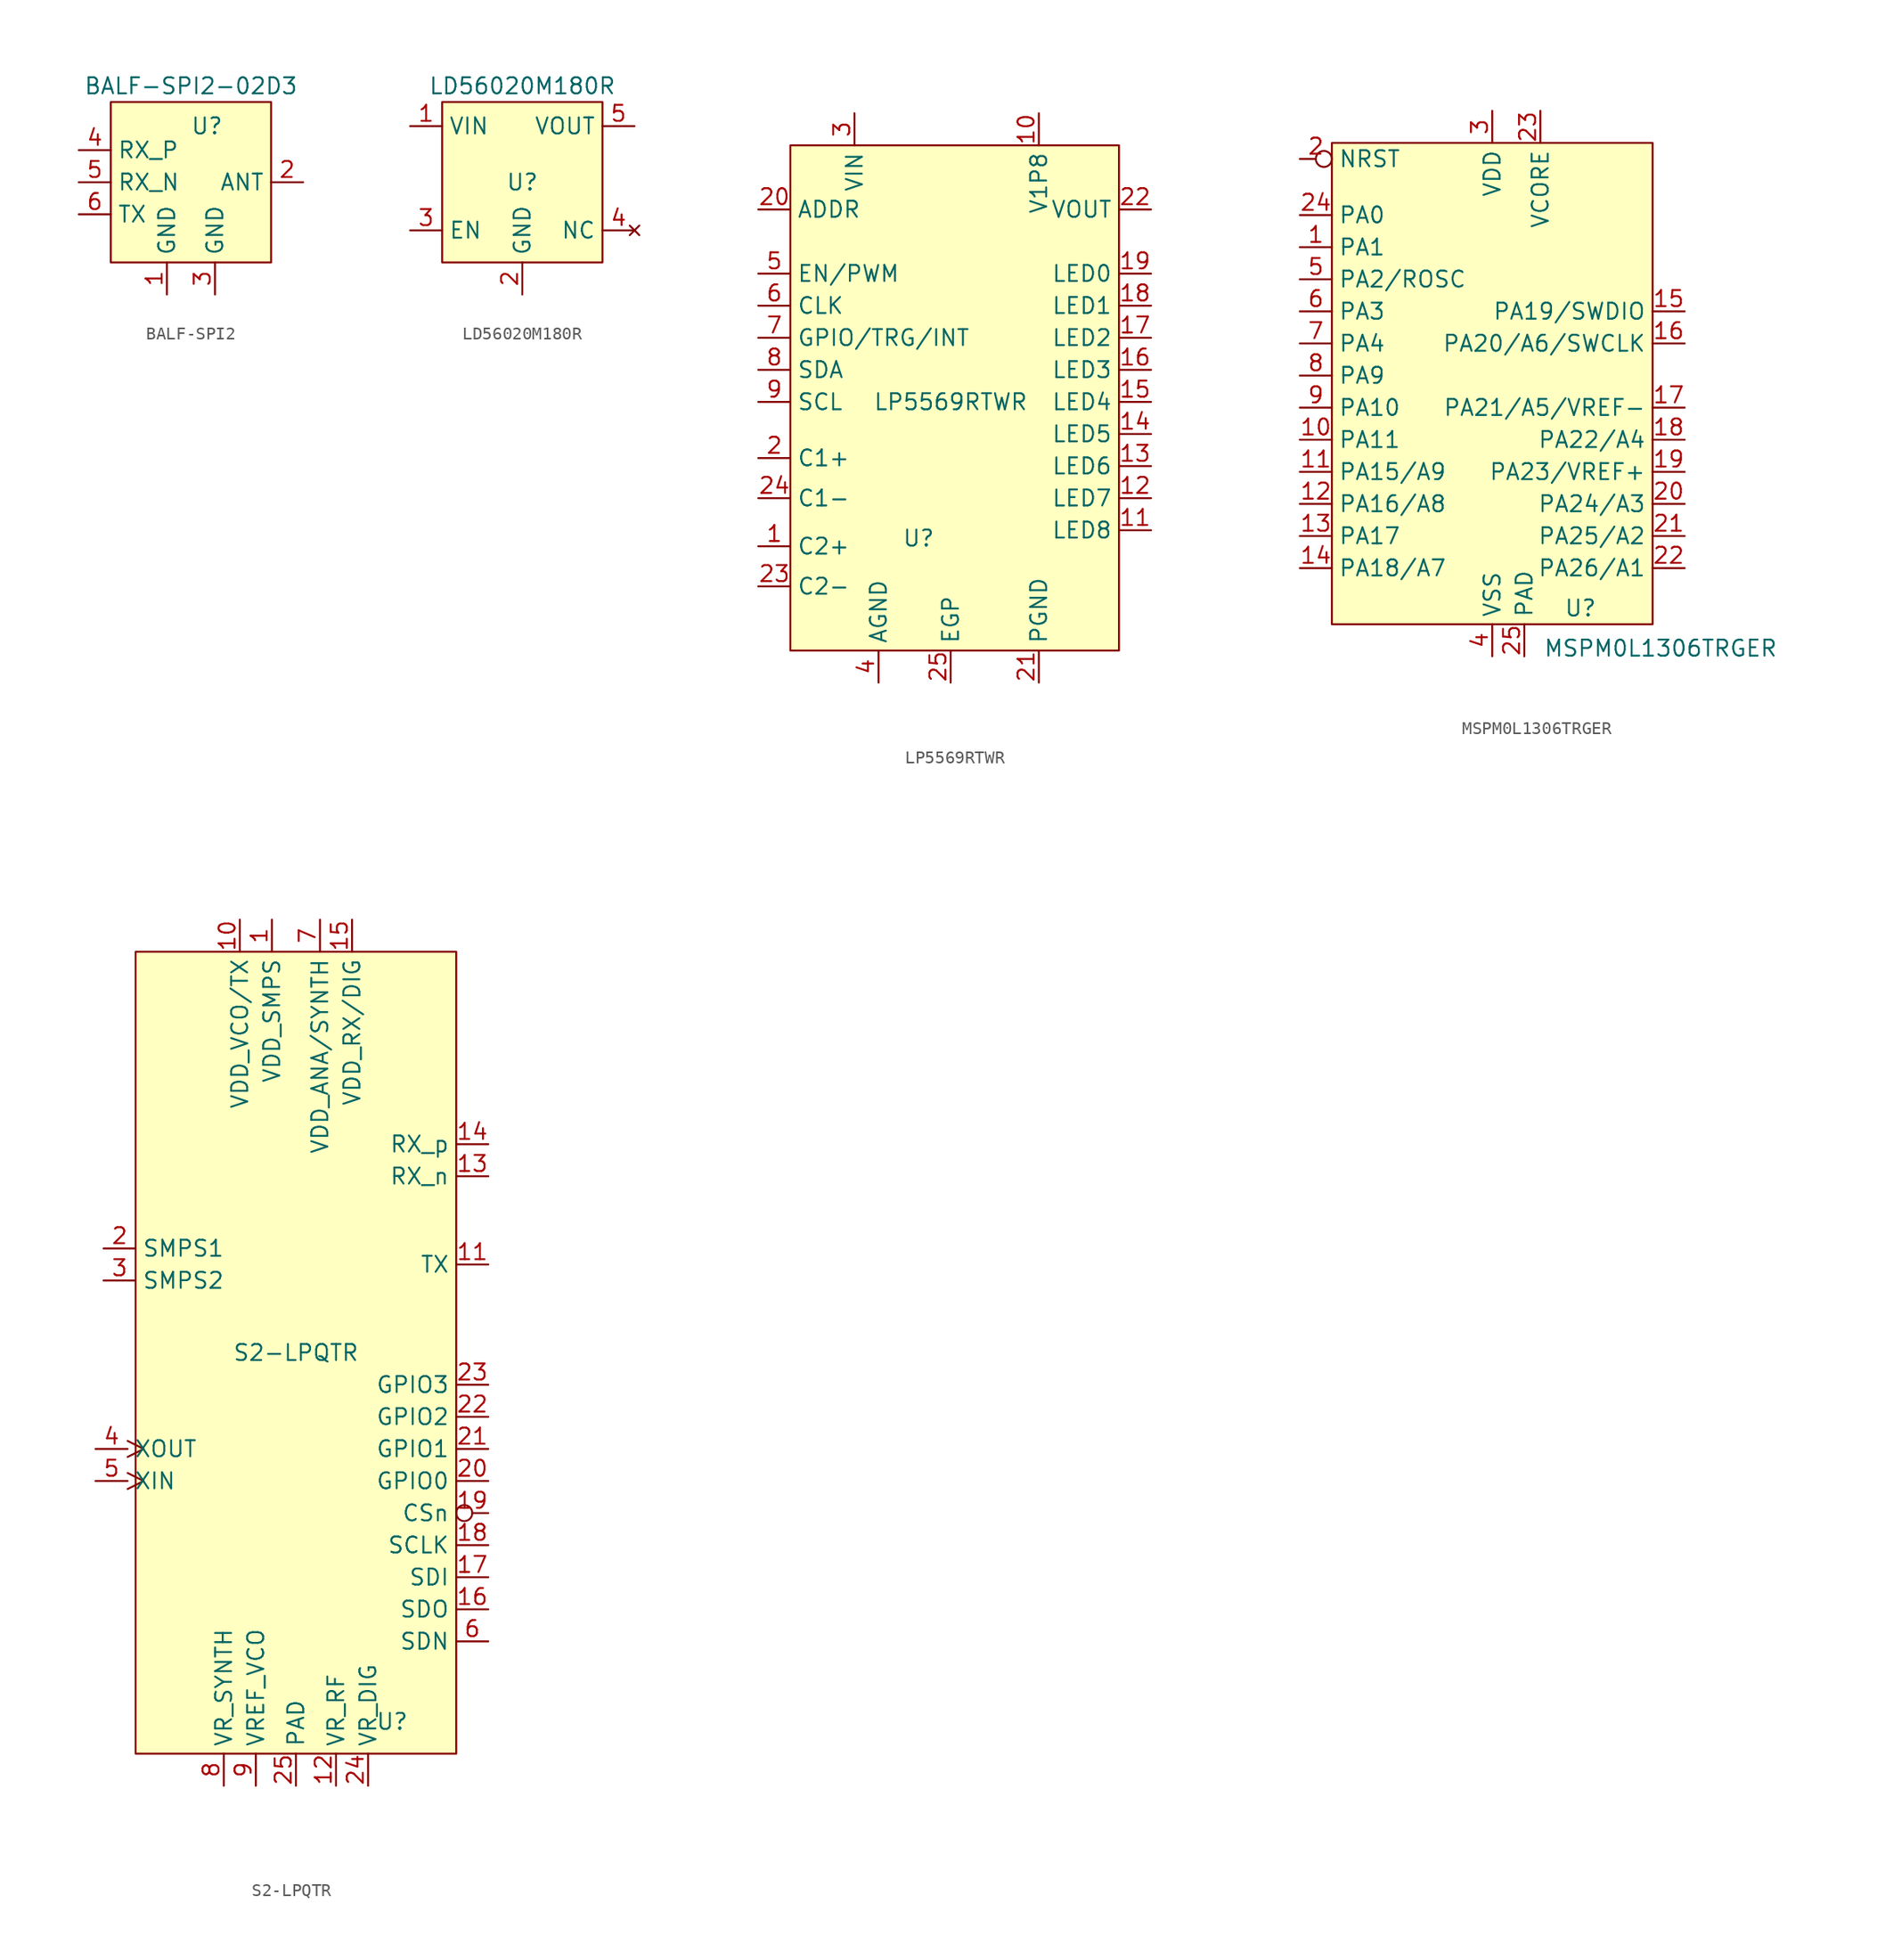
<source format=kicad_sym>
(kicad_symbol_lib
  (version 20220914)
  (generator kicad_symbol_editor)
  (symbol "BALF-SPI2"
    (property "Reference" "U"
      (at 1.27 4.445 0)
      (effects (font (size 1.27 1.27))))
    (property "Value" "BALF-SPI2-02D3"
      (at 0 7.62 0)
      (effects (font (size 1.27 1.27))))
    (symbol "BALF-SPI2_0_0"
      (pin unspecified line (at -1.905 -8.89 90) (length 2.54) (name "GND" (effects (font (size 1.27 1.27)))) (number "1" (effects (font (size 1.27 1.27)))))
      (pin unspecified line (at 8.89 0 180) (length 2.54) (name "ANT" (effects (font (size 1.27 1.27)))) (number "2" (effects (font (size 1.27 1.27)))))
      (pin unspecified line (at 1.905 -8.89 90) (length 2.54) (name "GND" (effects (font (size 1.27 1.27)))) (number "3" (effects (font (size 1.27 1.27)))))
      (pin unspecified line (at -8.89 2.54 0) (length 2.54) (name "RX_P" (effects (font (size 1.27 1.27)))) (number "4" (effects (font (size 1.27 1.27)))))
      (pin unspecified line (at -8.89 0 0) (length 2.54) (name "RX_N" (effects (font (size 1.27 1.27)))) (number "5" (effects (font (size 1.27 1.27)))))
      (pin unspecified line (at -8.89 -2.54 0) (length 2.54) (name "TX" (effects (font (size 1.27 1.27)))) (number "6" (effects (font (size 1.27 1.27))))))
    (symbol "BALF-SPI2_1_1"
      (rectangle (start -6.35 6.35) (end 6.35 -6.35) (stroke (width 0) (type default)) (fill (type background)))))
  (symbol "LD56020M180R"
    (property "Reference" "U"
      (at 0 0 0)
      (effects (font (size 1.27 1.27))))
    (property "Value" "LD56020M180R"
      (at 0 7.62 0)
      (effects (font (size 1.27 1.27))))
    (symbol "LD56020M180R_0_0"
      (pin power_in line (at -8.89 4.445 0) (length 2.54) (name "VIN" (effects (font (size 1.27 1.27)))) (number "1" (effects (font (size 1.27 1.27)))))
      (pin power_in line (at 0 -8.89 90) (length 2.54) (name "GND" (effects (font (size 1.27 1.27)))) (number "2" (effects (font (size 1.27 1.27)))))
      (pin input line (at -8.89 -3.81 0) (length 2.54) (name "EN" (effects (font (size 1.27 1.27)))) (number "3" (effects (font (size 1.27 1.27)))))
      (pin no_connect line (at 8.89 -3.81 180) (length 2.54) (name "NC" (effects (font (size 1.27 1.27)))) (number "4" (effects (font (size 1.27 1.27)))))
      (pin power_out line (at 8.89 4.445 180) (length 2.54) (name "VOUT" (effects (font (size 1.27 1.27)))) (number "5" (effects (font (size 1.27 1.27))))))
    (symbol "LD56020M180R_1_1"
      (rectangle (start -6.35 6.35) (end 6.35 -6.35) (stroke (width 0) (type default)) (fill (type background)))))
  (symbol "LP5569RTWR"
    (property "Reference" "U"
      (at -2.54 -10.795 0)
      (effects (font (size 1.27 1.27))))
    (property "Value" "LP5569RTWR"
      (at 0 0 0)
      (effects (font (size 1.27 1.27))))
    (symbol "LP5569RTWR_0_0"
      (pin unspecified line (at -15.24 -11.43 0) (length 2.54) (name "C2+" (effects (font (size 1.27 1.27)))) (number "1" (effects (font (size 1.27 1.27)))))
      (pin power_in line (at 6.985 22.86 270) (length 2.54) (name "V1P8" (effects (font (size 1.27 1.27)))) (number "10" (effects (font (size 1.27 1.27)))))
      (pin output line (at 15.875 -10.16 180) (length 2.54) (name "LED8" (effects (font (size 1.27 1.27)))) (number "11" (effects (font (size 1.27 1.27)))))
      (pin output line (at 15.875 -7.62 180) (length 2.54) (name "LED7" (effects (font (size 1.27 1.27)))) (number "12" (effects (font (size 1.27 1.27)))))
      (pin output line (at 15.875 -5.08 180) (length 2.54) (name "LED6" (effects (font (size 1.27 1.27)))) (number "13" (effects (font (size 1.27 1.27)))))
      (pin output line (at 15.875 -2.54 180) (length 2.54) (name "LED5" (effects (font (size 1.27 1.27)))) (number "14" (effects (font (size 1.27 1.27)))))
      (pin output line (at 15.875 0 180) (length 2.54) (name "LED4" (effects (font (size 1.27 1.27)))) (number "15" (effects (font (size 1.27 1.27)))))
      (pin output line (at 15.875 2.54 180) (length 2.54) (name "LED3" (effects (font (size 1.27 1.27)))) (number "16" (effects (font (size 1.27 1.27)))))
      (pin output line (at 15.875 5.08 180) (length 2.54) (name "LED2" (effects (font (size 1.27 1.27)))) (number "17" (effects (font (size 1.27 1.27)))))
      (pin output line (at 15.875 7.62 180) (length 2.54) (name "LED1" (effects (font (size 1.27 1.27)))) (number "18" (effects (font (size 1.27 1.27)))))
      (pin output line (at 15.875 10.16 180) (length 2.54) (name "LED0" (effects (font (size 1.27 1.27)))) (number "19" (effects (font (size 1.27 1.27)))))
      (pin unspecified line (at -15.24 -4.445 0) (length 2.54) (name "C1+" (effects (font (size 1.27 1.27)))) (number "2" (effects (font (size 1.27 1.27)))))
      (pin bidirectional line (at -15.24 15.24 0) (length 2.54) (name "ADDR" (effects (font (size 1.27 1.27)))) (number "20" (effects (font (size 1.27 1.27)))))
      (pin bidirectional line (at 6.985 -22.225 90) (length 2.54) (name "PGND" (effects (font (size 1.27 1.27)))) (number "21" (effects (font (size 1.27 1.27)))))
      (pin bidirectional line (at 15.875 15.24 180) (length 2.54) (name "VOUT" (effects (font (size 1.27 1.27)))) (number "22" (effects (font (size 1.27 1.27)))))
      (pin bidirectional line (at -15.24 -14.605 0) (length 2.54) (name "C2-" (effects (font (size 1.27 1.27)))) (number "23" (effects (font (size 1.27 1.27)))))
      (pin bidirectional line (at -15.24 -7.62 0) (length 2.54) (name "C1-" (effects (font (size 1.27 1.27)))) (number "24" (effects (font (size 1.27 1.27)))))
      (pin unspecified line (at 0 -22.225 90) (length 2.54) (name "EGP" (effects (font (size 1.27 1.27)))) (number "25" (effects (font (size 1.27 1.27)))))
      (pin power_in line (at -7.62 22.86 270) (length 2.54) (name "VIN" (effects (font (size 1.27 1.27)))) (number "3" (effects (font (size 1.27 1.27)))))
      (pin power_in line (at -5.715 -22.225 90) (length 2.54) (name "AGND" (effects (font (size 1.27 1.27)))) (number "4" (effects (font (size 1.27 1.27)))))
      (pin bidirectional line (at -15.24 10.16 0) (length 2.54) (name "EN/PWM" (effects (font (size 1.27 1.27)))) (number "5" (effects (font (size 1.27 1.27)))))
      (pin bidirectional line (at -15.24 7.62 0) (length 2.54) (name "CLK" (effects (font (size 1.27 1.27)))) (number "6" (effects (font (size 1.27 1.27)))))
      (pin bidirectional line (at -15.24 5.08 0) (length 2.54) (name "GPIO/TRG/INT" (effects (font (size 1.27 1.27)))) (number "7" (effects (font (size 1.27 1.27)))))
      (pin bidirectional line (at -15.24 2.54 0) (length 2.54) (name "SDA" (effects (font (size 1.27 1.27)))) (number "8" (effects (font (size 1.27 1.27)))))
      (pin bidirectional line (at -15.24 0 0) (length 2.54) (name "SCL" (effects (font (size 1.27 1.27)))) (number "9" (effects (font (size 1.27 1.27))))))
    (symbol "LP5569RTWR_1_1"
      (rectangle (start -12.7 20.32) (end 13.335 -19.685) (stroke (width 0) (type default)) (fill (type background)))))
  (symbol "MSPM0L1306TRGER"
    (property "Reference" "U"
      (at 6.985 -17.78 0)
      (effects (font (size 1.27 1.27))))
    (property "Value" "MSPM0L1306TRGER"
      (at 13.335 -20.955 0)
      (effects (font (size 1.27 1.27))))
    (symbol "MSPM0L1306TRGER_0_0"
      (pin bidirectional line (at -15.24 10.795 0) (length 2.54) (name "PA1" (effects (font (size 1.27 1.27)))) (number "1" (effects (font (size 1.27 1.27)))))
      (pin bidirectional line (at -15.24 -4.445 0) (length 2.54) (name "PA11" (effects (font (size 1.27 1.27)))) (number "10" (effects (font (size 1.27 1.27)))))
      (pin bidirectional line (at -15.24 -6.985 0) (length 2.54) (name "PA15/A9" (effects (font (size 1.27 1.27)))) (number "11" (effects (font (size 1.27 1.27)))))
      (pin bidirectional line (at -15.24 -9.525 0) (length 2.54) (name "PA16/A8" (effects (font (size 1.27 1.27)))) (number "12" (effects (font (size 1.27 1.27)))))
      (pin bidirectional line (at -15.24 -12.065 0) (length 2.54) (name "PA17" (effects (font (size 1.27 1.27)))) (number "13" (effects (font (size 1.27 1.27)))))
      (pin bidirectional line (at -15.24 -14.605 0) (length 2.54) (name "PA18/A7" (effects (font (size 1.27 1.27)))) (number "14" (effects (font (size 1.27 1.27)))))
      (pin bidirectional line (at 15.24 5.715 180) (length 2.54) (name "PA19/SWDIO" (effects (font (size 1.27 1.27)))) (number "15" (effects (font (size 1.27 1.27)))))
      (pin bidirectional line (at 15.24 3.175 180) (length 2.54) (name "PA20/A6/SWCLK" (effects (font (size 1.27 1.27)))) (number "16" (effects (font (size 1.27 1.27)))))
      (pin bidirectional line (at 15.24 -1.905 180) (length 2.54) (name "PA21/A5/VREF-" (effects (font (size 1.27 1.27)))) (number "17" (effects (font (size 1.27 1.27)))))
      (pin bidirectional line (at 15.24 -4.445 180) (length 2.54) (name "PA22/A4" (effects (font (size 1.27 1.27)))) (number "18" (effects (font (size 1.27 1.27)))))
      (pin bidirectional line (at 15.24 -6.985 180) (length 2.54) (name "PA23/VREF+" (effects (font (size 1.27 1.27)))) (number "19" (effects (font (size 1.27 1.27)))))
      (pin input inverted (at -15.24 17.78 0) (length 2.54) (name "NRST" (effects (font (size 1.27 1.27)))) (number "2" (effects (font (size 1.27 1.27)))))
      (pin bidirectional line (at 15.24 -9.525 180) (length 2.54) (name "PA24/A3" (effects (font (size 1.27 1.27)))) (number "20" (effects (font (size 1.27 1.27)))))
      (pin bidirectional line (at 15.24 -12.065 180) (length 2.54) (name "PA25/A2" (effects (font (size 1.27 1.27)))) (number "21" (effects (font (size 1.27 1.27)))))
      (pin bidirectional line (at 15.24 -14.605 180) (length 2.54) (name "PA26/A1" (effects (font (size 1.27 1.27)))) (number "22" (effects (font (size 1.27 1.27)))))
      (pin power_in line (at 3.81 21.59 270) (length 2.54) (name "VCORE" (effects (font (size 1.27 1.27)))) (number "23" (effects (font (size 1.27 1.27)))))
      (pin power_in line (at 0 21.59 270) (length 2.54) (name "VDD" (effects (font (size 1.27 1.27)))) (number "3" (effects (font (size 1.27 1.27)))))
      (pin power_in line (at 0 -21.59 90) (length 2.54) (name "VSS" (effects (font (size 1.27 1.27)))) (number "4" (effects (font (size 1.27 1.27)))))
      (pin bidirectional line (at -15.24 8.255 0) (length 2.54) (name "PA2/ROSC" (effects (font (size 1.27 1.27)))) (number "5" (effects (font (size 1.27 1.27)))))
      (pin bidirectional line (at -15.24 5.715 0) (length 2.54) (name "PA3" (effects (font (size 1.27 1.27)))) (number "6" (effects (font (size 1.27 1.27)))))
      (pin bidirectional line (at -15.24 3.175 0) (length 2.54) (name "PA4" (effects (font (size 1.27 1.27)))) (number "7" (effects (font (size 1.27 1.27)))))
      (pin bidirectional line (at -15.24 0.635 0) (length 2.54) (name "PA9" (effects (font (size 1.27 1.27)))) (number "8" (effects (font (size 1.27 1.27)))))
      (pin bidirectional line (at -15.24 -1.905 0) (length 2.54) (name "PA10" (effects (font (size 1.27 1.27)))) (number "9" (effects (font (size 1.27 1.27))))))
    (symbol "MSPM0L1306TRGER_1_0"
      (pin bidirectional line (at -15.24 13.335 0) (length 2.54) (name "PA0" (effects (font (size 1.27 1.27)))) (number "24" (effects (font (size 1.27 1.27)))))
      (pin unspecified line (at 2.54 -21.59 90) (length 2.54) (name "PAD" (effects (font (size 1.27 1.27)))) (number "25" (effects (font (size 1.27 1.27))))))
    (symbol "MSPM0L1306TRGER_1_1"
      (rectangle (start -12.7 19.05) (end 12.7 -19.05) (stroke (width 0) (type default)) (fill (type background)))))
  (symbol "S2-LPQTR"
    (property "Reference" "U"
      (at 7.62 -29.21 0)
      (effects (font (size 1.27 1.27))))
    (property "Value" "S2-LPQTR"
      (at 0 0 0)
      (effects (font (size 1.27 1.27))))
    (symbol "S2-LPQTR_0_0"
      (pin power_in line (at -1.905 34.29 270) (length 2.54) (name "VDD_SMPS" (effects (font (size 1.27 1.27)))) (number "1" (effects (font (size 1.27 1.27)))))
      (pin power_in line (at -4.445 34.29 270) (length 2.54) (name "VDD_VCO/TX" (effects (font (size 1.27 1.27)))) (number "10" (effects (font (size 1.27 1.27)))))
      (pin output line (at 15.24 6.985 180) (length 2.54) (name "TX" (effects (font (size 1.27 1.27)))) (number "11" (effects (font (size 1.27 1.27)))))
      (pin bidirectional line (at 3.175 -34.29 90) (length 2.54) (name "VR_RF" (effects (font (size 1.27 1.27)))) (number "12" (effects (font (size 1.27 1.27)))))
      (pin bidirectional line (at 15.24 13.97 180) (length 2.54) (name "RX_n" (effects (font (size 1.27 1.27)))) (number "13" (effects (font (size 1.27 1.27)))))
      (pin bidirectional line (at 15.24 16.51 180) (length 2.54) (name "RX_p" (effects (font (size 1.27 1.27)))) (number "14" (effects (font (size 1.27 1.27)))))
      (pin power_in line (at 4.445 34.29 270) (length 2.54) (name "VDD_RX/DIG" (effects (font (size 1.27 1.27)))) (number "15" (effects (font (size 1.27 1.27)))))
      (pin bidirectional line (at 15.24 -20.32 180) (length 2.54) (name "SDO" (effects (font (size 1.27 1.27)))) (number "16" (effects (font (size 1.27 1.27)))))
      (pin bidirectional line (at 15.24 -17.78 180) (length 2.54) (name "SDI" (effects (font (size 1.27 1.27)))) (number "17" (effects (font (size 1.27 1.27)))))
      (pin bidirectional line (at 15.24 -15.24 180) (length 2.54) (name "SCLK" (effects (font (size 1.27 1.27)))) (number "18" (effects (font (size 1.27 1.27)))))
      (pin bidirectional inverted (at 15.24 -12.7 180) (length 2.54) (name "CSn" (effects (font (size 1.27 1.27)))) (number "19" (effects (font (size 1.27 1.27)))))
      (pin power_out line (at -15.24 8.255 0) (length 2.54) (name "SMPS1" (effects (font (size 1.27 1.27)))) (number "2" (effects (font (size 1.27 1.27)))))
      (pin bidirectional line (at 15.24 -10.16 180) (length 2.54) (name "GPIO0" (effects (font (size 1.27 1.27)))) (number "20" (effects (font (size 1.27 1.27)))))
      (pin bidirectional line (at 15.24 -7.62 180) (length 2.54) (name "GPIO1" (effects (font (size 1.27 1.27)))) (number "21" (effects (font (size 1.27 1.27)))))
      (pin bidirectional line (at 15.24 -5.08 180) (length 2.54) (name "GPIO2" (effects (font (size 1.27 1.27)))) (number "22" (effects (font (size 1.27 1.27)))))
      (pin bidirectional line (at 15.24 -2.54 180) (length 2.54) (name "GPIO3" (effects (font (size 1.27 1.27)))) (number "23" (effects (font (size 1.27 1.27)))))
      (pin bidirectional line (at 5.715 -34.29 90) (length 2.54) (name "VR_DIG" (effects (font (size 1.27 1.27)))) (number "24" (effects (font (size 1.27 1.27)))))
      (pin unspecified line (at 0 -34.29 90) (length 2.54) (name "PAD" (effects (font (size 1.27 1.27)))) (number "25" (effects (font (size 1.27 1.27)))))
      (pin power_in line (at -15.24 5.715 0) (length 2.54) (name "SMPS2" (effects (font (size 1.27 1.27)))) (number "3" (effects (font (size 1.27 1.27)))))
      (pin output clock (at -15.875 -7.62 0) (length 2.54) (name "XOUT" (effects (font (size 1.27 1.27)))) (number "4" (effects (font (size 1.27 1.27)))))
      (pin input clock (at -15.875 -10.16 0) (length 2.54) (name "XIN" (effects (font (size 1.27 1.27)))) (number "5" (effects (font (size 1.27 1.27)))))
      (pin input line (at 15.24 -22.86 180) (length 2.54) (name "SDN" (effects (font (size 1.27 1.27)))) (number "6" (effects (font (size 1.27 1.27)))))
      (pin power_in line (at 1.905 34.29 270) (length 2.54) (name "VDD_ANA/SYNTH" (effects (font (size 1.27 1.27)))) (number "7" (effects (font (size 1.27 1.27)))))
      (pin bidirectional line (at -5.715 -34.29 90) (length 2.54) (name "VR_SYNTH" (effects (font (size 1.27 1.27)))) (number "8" (effects (font (size 1.27 1.27)))))
      (pin power_out line (at -3.175 -34.29 90) (length 2.54) (name "VREF_VCO" (effects (font (size 1.27 1.27)))) (number "9" (effects (font (size 1.27 1.27))))))
    (symbol "S2-LPQTR_1_1"
      (rectangle (start -12.7 31.75) (end 12.7 -31.75) (stroke (width 0) (type default)) (fill (type background))))))
</source>
